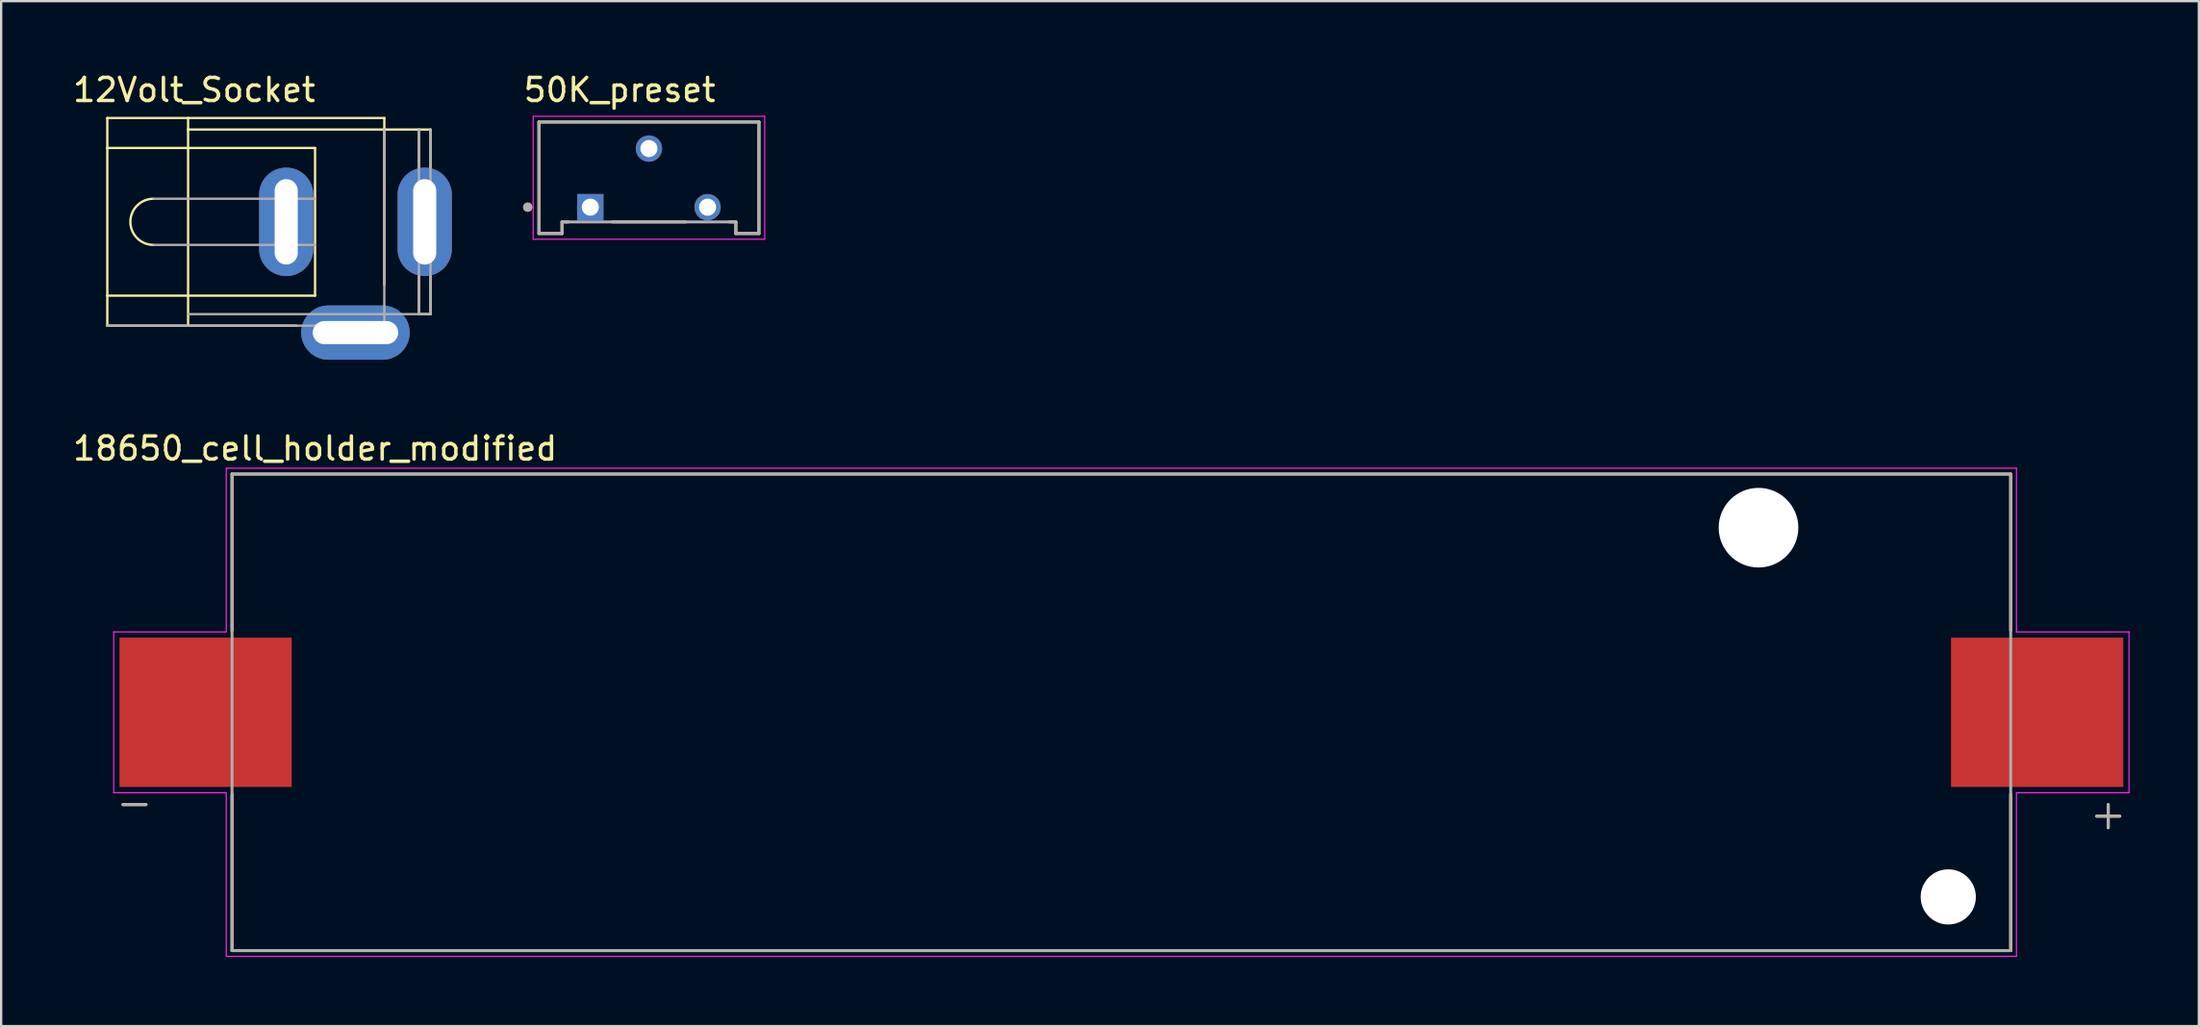
<source format=kicad_pcb>
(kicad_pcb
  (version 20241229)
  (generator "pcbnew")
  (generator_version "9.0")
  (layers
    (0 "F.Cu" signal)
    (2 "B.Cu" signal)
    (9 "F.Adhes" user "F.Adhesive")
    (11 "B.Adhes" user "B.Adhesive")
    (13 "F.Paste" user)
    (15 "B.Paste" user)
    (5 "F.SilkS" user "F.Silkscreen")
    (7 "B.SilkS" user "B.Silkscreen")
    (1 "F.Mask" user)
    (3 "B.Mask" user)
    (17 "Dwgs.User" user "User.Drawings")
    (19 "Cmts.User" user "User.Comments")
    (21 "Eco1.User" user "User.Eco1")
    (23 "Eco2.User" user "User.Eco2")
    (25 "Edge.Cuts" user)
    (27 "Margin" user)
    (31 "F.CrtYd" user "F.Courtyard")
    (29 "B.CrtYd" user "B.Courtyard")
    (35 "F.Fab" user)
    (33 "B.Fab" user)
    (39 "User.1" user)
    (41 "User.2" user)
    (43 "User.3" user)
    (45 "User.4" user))
  (footprint "18650_cell_holder_modified"
    (layer "F.Cu")
    (at 45.526 27.817)
    (property "Reference" "18650_cell_holder_modified" (at -34.925 -11.43 180) (layer "F.SilkS") (effects (font (size 1 1) (thickness 0.15))))
    (attr through_hole)
    (fp_line (start -43.25 4) (end -42.25 4) (stroke (width 0.127) (type solid)) (layer "F.SilkS"))
    (fp_line (start -38.525 -10.325) (end 38.525 -10.325) (stroke (width 0.127) (type solid)) (layer "F.SilkS"))
    (fp_line (start -38.525 -3.55) (end -38.525 -10.325) (stroke (width 0.127) (type solid)) (layer "F.SilkS"))
    (fp_line (start -38.525 10.325) (end -38.525 3.55) (stroke (width 0.127) (type solid)) (layer "F.SilkS"))
    (fp_line (start 38.525 -10.325) (end 38.525 -3.55) (stroke (width 0.127) (type solid)) (layer "F.SilkS"))
    (fp_line (start 38.525 3.55) (end 38.525 10.325) (stroke (width 0.127) (type solid)) (layer "F.SilkS"))
    (fp_line (start 38.525 10.325) (end -38.525 10.325) (stroke (width 0.127) (type solid)) (layer "F.SilkS"))
    (fp_line (start 42.25 4.5) (end 43.25 4.5) (stroke (width 0.127) (type solid)) (layer "F.SilkS"))
    (fp_line (start 42.75 4) (end 42.75 5) (stroke (width 0.127) (type solid)) (layer "F.SilkS"))
    (fp_line (start -43.65 -3.485) (end -38.775 -3.485) (stroke (width 0.05) (type solid)) (layer "F.CrtYd"))
    (fp_line (start -43.65 3.485) (end -43.65 -3.485) (stroke (width 0.05) (type solid)) (layer "F.CrtYd"))
    (fp_line (start -38.775 -10.575) (end 38.775 -10.575) (stroke (width 0.05) (type solid)) (layer "F.CrtYd"))
    (fp_line (start -38.775 -3.485) (end -38.775 -10.575) (stroke (width 0.05) (type solid)) (layer "F.CrtYd"))
    (fp_line (start -38.775 3.485) (end -43.65 3.485) (stroke (width 0.05) (type solid)) (layer "F.CrtYd"))
    (fp_line (start -38.775 10.575) (end -38.775 3.485) (stroke (width 0.05) (type solid)) (layer "F.CrtYd"))
    (fp_line (start 38.775 -10.575) (end 38.775 -3.485) (stroke (width 0.05) (type solid)) (layer "F.CrtYd"))
    (fp_line (start 38.775 -3.485) (end 43.65 -3.485) (stroke (width 0.05) (type solid)) (layer "F.CrtYd"))
    (fp_line (start 38.775 3.485) (end 38.775 10.575) (stroke (width 0.05) (type solid)) (layer "F.CrtYd"))
    (fp_line (start 38.775 10.575) (end -38.775 10.575) (stroke (width 0.05) (type solid)) (layer "F.CrtYd"))
    (fp_line (start 43.65 -3.485) (end 43.65 3.485) (stroke (width 0.05) (type solid)) (layer "F.CrtYd"))
    (fp_line (start 43.65 3.485) (end 38.775 3.485) (stroke (width 0.05) (type solid)) (layer "F.CrtYd"))
    (fp_line (start -43.25 4) (end -42.25 4) (stroke (width 0.127) (type solid)) (layer "F.Fab"))
    (fp_line (start -38.525 -10.325) (end 38.525 -10.325) (stroke (width 0.127) (type solid)) (layer "F.Fab"))
    (fp_line (start -38.525 10.325) (end -38.525 -10.325) (stroke (width 0.127) (type solid)) (layer "F.Fab"))
    (fp_line (start 38.525 -10.325) (end 38.525 10.325) (stroke (width 0.127) (type solid)) (layer "F.Fab"))
    (fp_line (start 38.525 10.325) (end -38.525 10.325) (stroke (width 0.127) (type solid)) (layer "F.Fab"))
    (fp_line (start 42.25 4.5) (end 43.25 4.5) (stroke (width 0.127) (type solid)) (layer "F.Fab"))
    (fp_line (start 42.75 4) (end 42.75 5) (stroke (width 0.127) (type solid)) (layer "F.Fab"))
    (pad "" np_thru_hole circle (at 27.6 -8) (size 3.45 3.45) (drill 3.45) (layers "*.Cu" "*.Mask"))
    (pad "" np_thru_hole circle (at 35.82 8) (size 2.39 2.39) (drill 2.39) (layers "*.Cu" "*.Mask"))
    (pad "N" smd rect (at -39.67 0) (size 7.46 6.47) (layers "F.Cu" "F.Mask" "F.Paste"))
    (pad "P" smd rect (at 39.67 0) (size 7.46 6.47) (layers "F.Cu" "F.Mask" "F.Paste")))
  (footprint "50K_preset"
    (layer "F.Cu")
    (at 25.061 4.658)
    (property "Reference" "50K_preset" (at -1.27 -3.81 0) (layer "F.SilkS") (effects (font (size 1 1) (thickness 0.15))))
    (attr through_hole)
    (fp_line (start -4.765 -2.42) (end 4.765 -2.42) (stroke (width 0.127) (type solid)) (layer "F.SilkS"))
    (fp_line (start -4.765 2.41) (end -4.765 -2.42) (stroke (width 0.127) (type solid)) (layer "F.SilkS"))
    (fp_line (start -3.765 1.91) (end -3.484 1.91) (stroke (width 0.127) (type solid)) (layer "F.SilkS"))
    (fp_line (start -3.765 2.41) (end -4.765 2.41) (stroke (width 0.127) (type solid)) (layer "F.SilkS"))
    (fp_line (start -3.765 2.41) (end -3.765 1.91) (stroke (width 0.127) (type solid)) (layer "F.SilkS"))
    (fp_line (start -1.596 1.91) (end 1.596 1.91) (stroke (width 0.127) (type solid)) (layer "F.SilkS"))
    (fp_line (start 3.484 1.91) (end 3.765 1.91) (stroke (width 0.127) (type solid)) (layer "F.SilkS"))
    (fp_line (start 3.765 1.91) (end 3.765 2.41) (stroke (width 0.127) (type solid)) (layer "F.SilkS"))
    (fp_line (start 4.765 -2.42) (end 4.765 2.41) (stroke (width 0.127) (type solid)) (layer "F.SilkS"))
    (fp_line (start 4.765 2.41) (end 3.765 2.41) (stroke (width 0.127) (type solid)) (layer "F.SilkS"))
    (fp_circle (center -5.25 1.27) (end -5.15 1.27) (stroke (width 0.2) (type solid)) (fill no) (layer "F.SilkS"))
    (fp_line (start -5.015 -2.67) (end -5.015 2.66) (stroke (width 0.05) (type solid)) (layer "F.CrtYd"))
    (fp_line (start -5.015 2.66) (end 5.015 2.66) (stroke (width 0.05) (type solid)) (layer "F.CrtYd"))
    (fp_line (start 5.015 -2.67) (end -5.015 -2.67) (stroke (width 0.05) (type solid)) (layer "F.CrtYd"))
    (fp_line (start 5.015 2.66) (end 5.015 -2.67) (stroke (width 0.05) (type solid)) (layer "F.CrtYd"))
    (fp_line (start -4.765 -2.42) (end 4.765 -2.42) (stroke (width 0.127) (type solid)) (layer "F.Fab"))
    (fp_line (start -4.765 2.41) (end -4.765 -2.42) (stroke (width 0.127) (type solid)) (layer "F.Fab"))
    (fp_line (start -3.765 1.91) (end 3.765 1.91) (stroke (width 0.127) (type solid)) (layer "F.Fab"))
    (fp_line (start -3.765 2.41) (end -4.765 2.41) (stroke (width 0.127) (type solid)) (layer "F.Fab"))
    (fp_line (start -3.765 2.41) (end -3.765 1.91) (stroke (width 0.127) (type solid)) (layer "F.Fab"))
    (fp_line (start 3.765 1.91) (end 3.765 2.41) (stroke (width 0.127) (type solid)) (layer "F.Fab"))
    (fp_line (start 4.765 -2.42) (end 4.765 2.41) (stroke (width 0.127) (type solid)) (layer "F.Fab"))
    (fp_line (start 4.765 2.41) (end 3.765 2.41) (stroke (width 0.127) (type solid)) (layer "F.Fab"))
    (fp_circle (center -5.25 1.27) (end -5.15 1.27) (stroke (width 0.2) (type solid)) (fill no) (layer "F.Fab"))
    (pad "1" thru_hole rect (at -2.54 1.27) (size 1.14 1.14) (drill 0.74) (layers "*.Cu" "*.Mask"))
    (pad "2" thru_hole circle (at 0 -1.27) (size 1.14 1.14) (drill 0.74) (layers "*.Cu" "*.Mask"))
    (pad "3" thru_hole circle (at 2.54 1.27) (size 1.14 1.14) (drill 0.74) (layers "*.Cu" "*.Mask")))
  (footprint "12Volt_Socket"
    (layer "F.Cu")
    (at 12.348 6.563)
    (property "Reference" "12Volt_Socket" (at -6.985 -5.715 0) (layer "F.SilkS") (effects (font (size 1 1) (thickness 0.15))))
    (attr through_hole)
    (fp_line (start -10.75 -4.5) (end 1.25 -4.5) (stroke (width 0.1) (type solid)) (layer "F.SilkS"))
    (fp_line (start -10.75 -3.2) (end -10.75 -4.5) (stroke (width 0.1) (type solid)) (layer "F.SilkS"))
    (fp_line (start -10.75 -3.2) (end -1.75 -3.2) (stroke (width 0.1) (type solid)) (layer "F.SilkS"))
    (fp_line (start -10.75 3.2) (end -10.75 -3.2) (stroke (width 0.1) (type solid)) (layer "F.SilkS"))
    (fp_line (start -10.75 3.2) (end -1.75 3.2) (stroke (width 0.1) (type solid)) (layer "F.SilkS"))
    (fp_line (start -10.75 4.5) (end -10.75 3.2) (stroke (width 0.1) (type solid)) (layer "F.SilkS"))
    (fp_line (start -10.75 4.5) (end -2.56 4.5) (stroke (width 0.1) (type solid)) (layer "F.SilkS"))
    (fp_line (start -7.25 -4) (end -7.25 -4.5) (stroke (width 0.1) (type solid)) (layer "F.SilkS"))
    (fp_line (start -7.25 -4) (end 1.25 -4) (stroke (width 0.1) (type solid)) (layer "F.SilkS"))
    (fp_line (start -7.25 4.5) (end -7.25 -4) (stroke (width 0.1) (type solid)) (layer "F.SilkS"))
    (fp_line (start -1.75 3.2) (end -1.75 -3.2) (stroke (width 0.1) (type solid)) (layer "F.SilkS"))
    (fp_line (start 1.25 -4) (end 1.25 -4.5) (stroke (width 0.1) (type solid)) (layer "F.SilkS"))
    (fp_line (start 1.25 -4) (end 2.75 -4) (stroke (width 0.1) (type solid)) (layer "F.SilkS"))
    (fp_line (start 1.25 2.73) (end 1.25 -4) (stroke (width 0.1) (type solid)) (layer "F.SilkS"))
    (fp_line (start 2.75 -4) (end 3.25 -4) (stroke (width 0.1) (type solid)) (layer "F.SilkS"))
    (fp_line (start 2.75 -2.35) (end 2.75 -4) (stroke (width 0.1) (type solid)) (layer "F.SilkS"))
    (fp_line (start 2.75 4) (end 2.75 2.35) (stroke (width 0.1) (type solid)) (layer "F.SilkS"))
    (fp_line (start 2.75 4) (end 3.25 4) (stroke (width 0.1) (type solid)) (layer "F.SilkS"))
    (fp_line (start 3.25 -2.35) (end 3.25 -4) (stroke (width 0.1) (type solid)) (layer "F.SilkS"))
    (fp_line (start 3.25 4) (end 3.25 2.35) (stroke (width 0.1) (type solid)) (layer "F.SilkS"))
    (fp_arc (start -8.75 1) (mid -9.75 0) (end -8.75 -1) (stroke (width 0.1) (type solid)) (layer "F.SilkS"))
    (fp_line (start -10.75 4.5) (end 1.25 4.5) (stroke (width 0.1) (type solid)) (layer "F.Fab"))
    (fp_line (start -8.75 -1) (end -1.75 -1) (stroke (width 0.1) (type solid)) (layer "F.Fab"))
    (fp_line (start -8.75 1) (end -1.75 1) (stroke (width 0.1) (type solid)) (layer "F.Fab"))
    (fp_line (start -7.25 4) (end 1.25 4) (stroke (width 0.1) (type solid)) (layer "F.Fab"))
    (fp_line (start 1.25 4) (end 1.25 -4) (stroke (width 0.1) (type solid)) (layer "F.Fab"))
    (fp_line (start 1.25 4) (end 2.75 4) (stroke (width 0.1) (type solid)) (layer "F.Fab"))
    (fp_line (start 1.25 4.5) (end 1.25 4) (stroke (width 0.1) (type solid)) (layer "F.Fab"))
    (fp_line (start 2.75 4) (end 2.75 -4) (stroke (width 0.1) (type solid)) (layer "F.Fab"))
    (fp_line (start 2.75 4) (end 3.25 4) (stroke (width 0.1) (type solid)) (layer "F.Fab"))
    (fp_line (start 3.25 4) (end 3.25 -4) (stroke (width 0.1) (type solid)) (layer "F.Fab"))
    (fp_poly (pts (xy -3.25 -1.25) (xy -2.75 -1.25) (xy -2.75 1.25) (xy -3.25 1.25)) (stroke (width 0.01) (type solid)) (fill no) (layer "F.Fab"))
    (fp_poly (pts (xy -1.25 4.55) (xy 1.25 4.55) (xy 1.25 5.05) (xy -1.25 5.05)) (stroke (width 0.01) (type solid)) (fill no) (layer "F.Fab"))
    (fp_poly (pts (xy 2.75 -1.5) (xy 3.25 -1.5) (xy 3.25 1.5) (xy 2.75 1.5)) (stroke (width 0.01) (type solid)) (fill no) (layer "F.Fab"))
    (pad "1" thru_hole oval (at 3 0) (size 2.35 4.7) (drill oval 1 3.7) (layers "*.Cu" "*.Mask"))
    (pad "2" thru_hole oval (at 0 4.8) (size 4.7 2.35) (drill oval 3.7 1) (layers "*.Cu" "*.Mask"))
    (pad "3" thru_hole oval (at -3 0) (size 2.35 4.7) (drill oval 1 3.7) (layers "*.Cu" "*.Mask")))
  (gr_rect
    (start -3 -3)
    (end 92.201 41.416)
    (stroke (width 0.1) (type default))
    (fill no)
    (layer "Edge.Cuts")))
</source>
